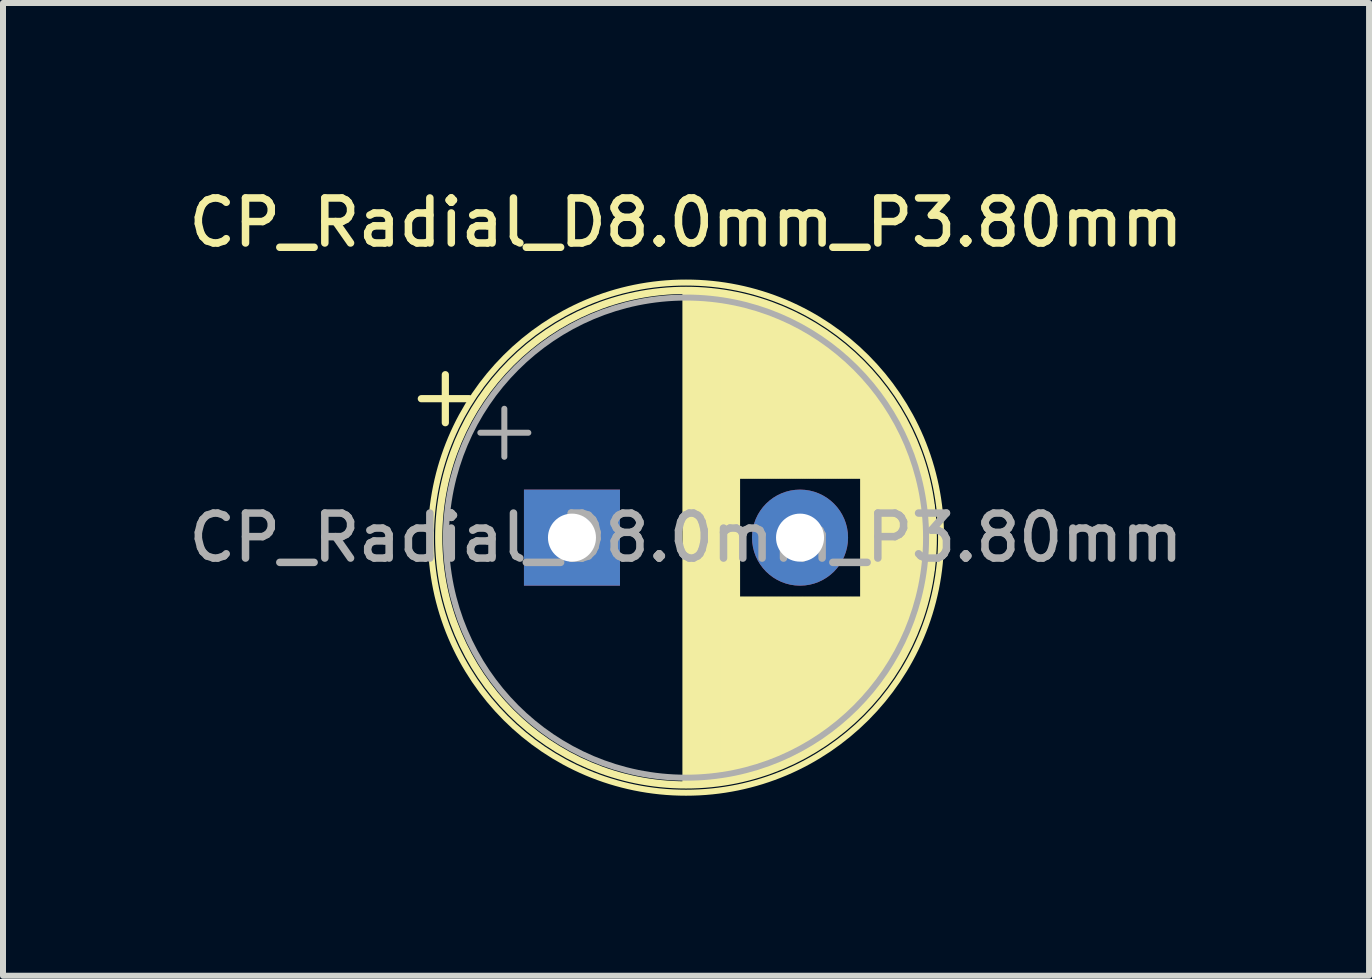
<source format=kicad_pcb>
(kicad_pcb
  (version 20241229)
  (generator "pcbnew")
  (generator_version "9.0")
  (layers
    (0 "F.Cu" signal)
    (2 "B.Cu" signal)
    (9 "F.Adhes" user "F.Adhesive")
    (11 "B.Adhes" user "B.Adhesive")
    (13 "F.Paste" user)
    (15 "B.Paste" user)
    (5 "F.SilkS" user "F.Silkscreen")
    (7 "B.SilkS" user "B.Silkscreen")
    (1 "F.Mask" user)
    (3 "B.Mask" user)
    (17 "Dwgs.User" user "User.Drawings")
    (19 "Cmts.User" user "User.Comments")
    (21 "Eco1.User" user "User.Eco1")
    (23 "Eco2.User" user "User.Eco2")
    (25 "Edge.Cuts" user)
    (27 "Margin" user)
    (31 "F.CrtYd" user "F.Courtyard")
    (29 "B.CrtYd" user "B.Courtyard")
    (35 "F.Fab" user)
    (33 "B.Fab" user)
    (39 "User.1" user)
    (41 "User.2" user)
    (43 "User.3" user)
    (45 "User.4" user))
  (footprint "CP_Radial_D8.0mm_P3.80mm"
    (layer "F.Cu")
    (at 6.48 5.908)
    (property "Reference" "CP_Radial_D8.0mm_P3.80mm" (at 1.9 -5.25 0) (layer "F.SilkS") (effects (font (size 0.75 0.75) (thickness 0.125))))
    (attr through_hole)
    (fp_line (start -2.51 -2.315) (end -1.71 -2.315) (stroke (width 0.12) (type solid)) (layer "F.SilkS"))
    (fp_line (start -2.11 -2.715) (end -2.11 -1.915) (stroke (width 0.12) (type solid)) (layer "F.SilkS"))
    (fp_line (start 1.9 -4.08) (end 1.9 4.08) (stroke (width 0.12) (type solid)) (layer "F.SilkS"))
    (fp_line (start 1.94 -4.08) (end 1.94 4.08) (stroke (width 0.12) (type solid)) (layer "F.SilkS"))
    (fp_line (start 1.98 -4.08) (end 1.98 4.08) (stroke (width 0.12) (type solid)) (layer "F.SilkS"))
    (fp_line (start 2.02 -4.079) (end 2.02 4.079) (stroke (width 0.12) (type solid)) (layer "F.SilkS"))
    (fp_line (start 2.06 -4.077) (end 2.06 4.077) (stroke (width 0.12) (type solid)) (layer "F.SilkS"))
    (fp_line (start 2.1 -4.076) (end 2.1 4.076) (stroke (width 0.12) (type solid)) (layer "F.SilkS"))
    (fp_line (start 2.14 -4.074) (end 2.14 4.074) (stroke (width 0.12) (type solid)) (layer "F.SilkS"))
    (fp_line (start 2.18 -4.071) (end 2.18 4.071) (stroke (width 0.12) (type solid)) (layer "F.SilkS"))
    (fp_line (start 2.22 -4.068) (end 2.22 4.068) (stroke (width 0.12) (type solid)) (layer "F.SilkS"))
    (fp_line (start 2.26 -4.065) (end 2.26 4.065) (stroke (width 0.12) (type solid)) (layer "F.SilkS"))
    (fp_line (start 2.3 -4.061) (end 2.3 4.061) (stroke (width 0.12) (type solid)) (layer "F.SilkS"))
    (fp_line (start 2.34 -4.057) (end 2.34 4.057) (stroke (width 0.12) (type solid)) (layer "F.SilkS"))
    (fp_line (start 2.38 -4.052) (end 2.38 4.052) (stroke (width 0.12) (type solid)) (layer "F.SilkS"))
    (fp_line (start 2.42 -4.048) (end 2.42 4.048) (stroke (width 0.12) (type solid)) (layer "F.SilkS"))
    (fp_line (start 2.46 -4.042) (end 2.46 4.042) (stroke (width 0.12) (type solid)) (layer "F.SilkS"))
    (fp_line (start 2.5 -4.037) (end 2.5 4.037) (stroke (width 0.12) (type solid)) (layer "F.SilkS"))
    (fp_line (start 2.54 -4.03) (end 2.54 4.03) (stroke (width 0.12) (type solid)) (layer "F.SilkS"))
    (fp_line (start 2.58 -4.024) (end 2.58 4.024) (stroke (width 0.12) (type solid)) (layer "F.SilkS"))
    (fp_line (start 2.621 -4.017) (end 2.621 4.017) (stroke (width 0.12) (type solid)) (layer "F.SilkS"))
    (fp_line (start 2.661 -4.01) (end 2.661 4.01) (stroke (width 0.12) (type solid)) (layer "F.SilkS"))
    (fp_line (start 2.701 -4.002) (end 2.701 4.002) (stroke (width 0.12) (type solid)) (layer "F.SilkS"))
    (fp_line (start 2.741 -3.994) (end 2.741 3.994) (stroke (width 0.12) (type solid)) (layer "F.SilkS"))
    (fp_line (start 2.781 -3.985) (end 2.781 -1.04) (stroke (width 0.12) (type solid)) (layer "F.SilkS"))
    (fp_line (start 2.781 1.04) (end 2.781 3.985) (stroke (width 0.12) (type solid)) (layer "F.SilkS"))
    (fp_line (start 2.821 -3.976) (end 2.821 -1.04) (stroke (width 0.12) (type solid)) (layer "F.SilkS"))
    (fp_line (start 2.821 1.04) (end 2.821 3.976) (stroke (width 0.12) (type solid)) (layer "F.SilkS"))
    (fp_line (start 2.861 -3.967) (end 2.861 -1.04) (stroke (width 0.12) (type solid)) (layer "F.SilkS"))
    (fp_line (start 2.861 1.04) (end 2.861 3.967) (stroke (width 0.12) (type solid)) (layer "F.SilkS"))
    (fp_line (start 2.901 -3.957) (end 2.901 -1.04) (stroke (width 0.12) (type solid)) (layer "F.SilkS"))
    (fp_line (start 2.901 1.04) (end 2.901 3.957) (stroke (width 0.12) (type solid)) (layer "F.SilkS"))
    (fp_line (start 2.941 -3.947) (end 2.941 -1.04) (stroke (width 0.12) (type solid)) (layer "F.SilkS"))
    (fp_line (start 2.941 1.04) (end 2.941 3.947) (stroke (width 0.12) (type solid)) (layer "F.SilkS"))
    (fp_line (start 2.981 -3.936) (end 2.981 -1.04) (stroke (width 0.12) (type solid)) (layer "F.SilkS"))
    (fp_line (start 2.981 1.04) (end 2.981 3.936) (stroke (width 0.12) (type solid)) (layer "F.SilkS"))
    (fp_line (start 3.021 -3.925) (end 3.021 -1.04) (stroke (width 0.12) (type solid)) (layer "F.SilkS"))
    (fp_line (start 3.021 1.04) (end 3.021 3.925) (stroke (width 0.12) (type solid)) (layer "F.SilkS"))
    (fp_line (start 3.061 -3.914) (end 3.061 -1.04) (stroke (width 0.12) (type solid)) (layer "F.SilkS"))
    (fp_line (start 3.061 1.04) (end 3.061 3.914) (stroke (width 0.12) (type solid)) (layer "F.SilkS"))
    (fp_line (start 3.101 -3.902) (end 3.101 -1.04) (stroke (width 0.12) (type solid)) (layer "F.SilkS"))
    (fp_line (start 3.101 1.04) (end 3.101 3.902) (stroke (width 0.12) (type solid)) (layer "F.SilkS"))
    (fp_line (start 3.141 -3.889) (end 3.141 -1.04) (stroke (width 0.12) (type solid)) (layer "F.SilkS"))
    (fp_line (start 3.141 1.04) (end 3.141 3.889) (stroke (width 0.12) (type solid)) (layer "F.SilkS"))
    (fp_line (start 3.181 -3.877) (end 3.181 -1.04) (stroke (width 0.12) (type solid)) (layer "F.SilkS"))
    (fp_line (start 3.181 1.04) (end 3.181 3.877) (stroke (width 0.12) (type solid)) (layer "F.SilkS"))
    (fp_line (start 3.221 -3.863) (end 3.221 -1.04) (stroke (width 0.12) (type solid)) (layer "F.SilkS"))
    (fp_line (start 3.221 1.04) (end 3.221 3.863) (stroke (width 0.12) (type solid)) (layer "F.SilkS"))
    (fp_line (start 3.261 -3.85) (end 3.261 -1.04) (stroke (width 0.12) (type solid)) (layer "F.SilkS"))
    (fp_line (start 3.261 1.04) (end 3.261 3.85) (stroke (width 0.12) (type solid)) (layer "F.SilkS"))
    (fp_line (start 3.301 -3.835) (end 3.301 -1.04) (stroke (width 0.12) (type solid)) (layer "F.SilkS"))
    (fp_line (start 3.301 1.04) (end 3.301 3.835) (stroke (width 0.12) (type solid)) (layer "F.SilkS"))
    (fp_line (start 3.341 -3.821) (end 3.341 -1.04) (stroke (width 0.12) (type solid)) (layer "F.SilkS"))
    (fp_line (start 3.341 1.04) (end 3.341 3.821) (stroke (width 0.12) (type solid)) (layer "F.SilkS"))
    (fp_line (start 3.381 -3.805) (end 3.381 -1.04) (stroke (width 0.12) (type solid)) (layer "F.SilkS"))
    (fp_line (start 3.381 1.04) (end 3.381 3.805) (stroke (width 0.12) (type solid)) (layer "F.SilkS"))
    (fp_line (start 3.421 -3.79) (end 3.421 -1.04) (stroke (width 0.12) (type solid)) (layer "F.SilkS"))
    (fp_line (start 3.421 1.04) (end 3.421 3.79) (stroke (width 0.12) (type solid)) (layer "F.SilkS"))
    (fp_line (start 3.461 -3.774) (end 3.461 -1.04) (stroke (width 0.12) (type solid)) (layer "F.SilkS"))
    (fp_line (start 3.461 1.04) (end 3.461 3.774) (stroke (width 0.12) (type solid)) (layer "F.SilkS"))
    (fp_line (start 3.501 -3.757) (end 3.501 -1.04) (stroke (width 0.12) (type solid)) (layer "F.SilkS"))
    (fp_line (start 3.501 1.04) (end 3.501 3.757) (stroke (width 0.12) (type solid)) (layer "F.SilkS"))
    (fp_line (start 3.541 -3.74) (end 3.541 -1.04) (stroke (width 0.12) (type solid)) (layer "F.SilkS"))
    (fp_line (start 3.541 1.04) (end 3.541 3.74) (stroke (width 0.12) (type solid)) (layer "F.SilkS"))
    (fp_line (start 3.581 -3.722) (end 3.581 -1.04) (stroke (width 0.12) (type solid)) (layer "F.SilkS"))
    (fp_line (start 3.581 1.04) (end 3.581 3.722) (stroke (width 0.12) (type solid)) (layer "F.SilkS"))
    (fp_line (start 3.621 -3.704) (end 3.621 -1.04) (stroke (width 0.12) (type solid)) (layer "F.SilkS"))
    (fp_line (start 3.621 1.04) (end 3.621 3.704) (stroke (width 0.12) (type solid)) (layer "F.SilkS"))
    (fp_line (start 3.661 -3.686) (end 3.661 -1.04) (stroke (width 0.12) (type solid)) (layer "F.SilkS"))
    (fp_line (start 3.661 1.04) (end 3.661 3.686) (stroke (width 0.12) (type solid)) (layer "F.SilkS"))
    (fp_line (start 3.701 -3.666) (end 3.701 -1.04) (stroke (width 0.12) (type solid)) (layer "F.SilkS"))
    (fp_line (start 3.701 1.04) (end 3.701 3.666) (stroke (width 0.12) (type solid)) (layer "F.SilkS"))
    (fp_line (start 3.741 -3.647) (end 3.741 -1.04) (stroke (width 0.12) (type solid)) (layer "F.SilkS"))
    (fp_line (start 3.741 1.04) (end 3.741 3.647) (stroke (width 0.12) (type solid)) (layer "F.SilkS"))
    (fp_line (start 3.781 -3.627) (end 3.781 -1.04) (stroke (width 0.12) (type solid)) (layer "F.SilkS"))
    (fp_line (start 3.781 1.04) (end 3.781 3.627) (stroke (width 0.12) (type solid)) (layer "F.SilkS"))
    (fp_line (start 3.821 -3.606) (end 3.821 -1.04) (stroke (width 0.12) (type solid)) (layer "F.SilkS"))
    (fp_line (start 3.821 1.04) (end 3.821 3.606) (stroke (width 0.12) (type solid)) (layer "F.SilkS"))
    (fp_line (start 3.861 -3.584) (end 3.861 -1.04) (stroke (width 0.12) (type solid)) (layer "F.SilkS"))
    (fp_line (start 3.861 1.04) (end 3.861 3.584) (stroke (width 0.12) (type solid)) (layer "F.SilkS"))
    (fp_line (start 3.901 -3.562) (end 3.901 -1.04) (stroke (width 0.12) (type solid)) (layer "F.SilkS"))
    (fp_line (start 3.901 1.04) (end 3.901 3.562) (stroke (width 0.12) (type solid)) (layer "F.SilkS"))
    (fp_line (start 3.941 -3.54) (end 3.941 -1.04) (stroke (width 0.12) (type solid)) (layer "F.SilkS"))
    (fp_line (start 3.941 1.04) (end 3.941 3.54) (stroke (width 0.12) (type solid)) (layer "F.SilkS"))
    (fp_line (start 3.981 -3.517) (end 3.981 -1.04) (stroke (width 0.12) (type solid)) (layer "F.SilkS"))
    (fp_line (start 3.981 1.04) (end 3.981 3.517) (stroke (width 0.12) (type solid)) (layer "F.SilkS"))
    (fp_line (start 4.021 -3.493) (end 4.021 -1.04) (stroke (width 0.12) (type solid)) (layer "F.SilkS"))
    (fp_line (start 4.021 1.04) (end 4.021 3.493) (stroke (width 0.12) (type solid)) (layer "F.SilkS"))
    (fp_line (start 4.061 -3.469) (end 4.061 -1.04) (stroke (width 0.12) (type solid)) (layer "F.SilkS"))
    (fp_line (start 4.061 1.04) (end 4.061 3.469) (stroke (width 0.12) (type solid)) (layer "F.SilkS"))
    (fp_line (start 4.101 -3.444) (end 4.101 -1.04) (stroke (width 0.12) (type solid)) (layer "F.SilkS"))
    (fp_line (start 4.101 1.04) (end 4.101 3.444) (stroke (width 0.12) (type solid)) (layer "F.SilkS"))
    (fp_line (start 4.141 -3.418) (end 4.141 -1.04) (stroke (width 0.12) (type solid)) (layer "F.SilkS"))
    (fp_line (start 4.141 1.04) (end 4.141 3.418) (stroke (width 0.12) (type solid)) (layer "F.SilkS"))
    (fp_line (start 4.181 -3.392) (end 4.181 -1.04) (stroke (width 0.12) (type solid)) (layer "F.SilkS"))
    (fp_line (start 4.181 1.04) (end 4.181 3.392) (stroke (width 0.12) (type solid)) (layer "F.SilkS"))
    (fp_line (start 4.221 -3.365) (end 4.221 -1.04) (stroke (width 0.12) (type solid)) (layer "F.SilkS"))
    (fp_line (start 4.221 1.04) (end 4.221 3.365) (stroke (width 0.12) (type solid)) (layer "F.SilkS"))
    (fp_line (start 4.261 -3.338) (end 4.261 -1.04) (stroke (width 0.12) (type solid)) (layer "F.SilkS"))
    (fp_line (start 4.261 1.04) (end 4.261 3.338) (stroke (width 0.12) (type solid)) (layer "F.SilkS"))
    (fp_line (start 4.301 -3.309) (end 4.301 -1.04) (stroke (width 0.12) (type solid)) (layer "F.SilkS"))
    (fp_line (start 4.301 1.04) (end 4.301 3.309) (stroke (width 0.12) (type solid)) (layer "F.SilkS"))
    (fp_line (start 4.341 -3.28) (end 4.341 -1.04) (stroke (width 0.12) (type solid)) (layer "F.SilkS"))
    (fp_line (start 4.341 1.04) (end 4.341 3.28) (stroke (width 0.12) (type solid)) (layer "F.SilkS"))
    (fp_line (start 4.381 -3.25) (end 4.381 -1.04) (stroke (width 0.12) (type solid)) (layer "F.SilkS"))
    (fp_line (start 4.381 1.04) (end 4.381 3.25) (stroke (width 0.12) (type solid)) (layer "F.SilkS"))
    (fp_line (start 4.421 -3.22) (end 4.421 -1.04) (stroke (width 0.12) (type solid)) (layer "F.SilkS"))
    (fp_line (start 4.421 1.04) (end 4.421 3.22) (stroke (width 0.12) (type solid)) (layer "F.SilkS"))
    (fp_line (start 4.461 -3.189) (end 4.461 -1.04) (stroke (width 0.12) (type solid)) (layer "F.SilkS"))
    (fp_line (start 4.461 1.04) (end 4.461 3.189) (stroke (width 0.12) (type solid)) (layer "F.SilkS"))
    (fp_line (start 4.501 -3.156) (end 4.501 -1.04) (stroke (width 0.12) (type solid)) (layer "F.SilkS"))
    (fp_line (start 4.501 1.04) (end 4.501 3.156) (stroke (width 0.12) (type solid)) (layer "F.SilkS"))
    (fp_line (start 4.541 -3.124) (end 4.541 -1.04) (stroke (width 0.12) (type solid)) (layer "F.SilkS"))
    (fp_line (start 4.541 1.04) (end 4.541 3.124) (stroke (width 0.12) (type solid)) (layer "F.SilkS"))
    (fp_line (start 4.581 -3.09) (end 4.581 -1.04) (stroke (width 0.12) (type solid)) (layer "F.SilkS"))
    (fp_line (start 4.581 1.04) (end 4.581 3.09) (stroke (width 0.12) (type solid)) (layer "F.SilkS"))
    (fp_line (start 4.621 -3.055) (end 4.621 -1.04) (stroke (width 0.12) (type solid)) (layer "F.SilkS"))
    (fp_line (start 4.621 1.04) (end 4.621 3.055) (stroke (width 0.12) (type solid)) (layer "F.SilkS"))
    (fp_line (start 4.661 -3.019) (end 4.661 -1.04) (stroke (width 0.12) (type solid)) (layer "F.SilkS"))
    (fp_line (start 4.661 1.04) (end 4.661 3.019) (stroke (width 0.12) (type solid)) (layer "F.SilkS"))
    (fp_line (start 4.701 -2.983) (end 4.701 -1.04) (stroke (width 0.12) (type solid)) (layer "F.SilkS"))
    (fp_line (start 4.701 1.04) (end 4.701 2.983) (stroke (width 0.12) (type solid)) (layer "F.SilkS"))
    (fp_line (start 4.741 -2.945) (end 4.741 -1.04) (stroke (width 0.12) (type solid)) (layer "F.SilkS"))
    (fp_line (start 4.741 1.04) (end 4.741 2.945) (stroke (width 0.12) (type solid)) (layer "F.SilkS"))
    (fp_line (start 4.781 -2.907) (end 4.781 -1.04) (stroke (width 0.12) (type solid)) (layer "F.SilkS"))
    (fp_line (start 4.781 1.04) (end 4.781 2.907) (stroke (width 0.12) (type solid)) (layer "F.SilkS"))
    (fp_line (start 4.821 -2.867) (end 4.821 -1.04) (stroke (width 0.12) (type solid)) (layer "F.SilkS"))
    (fp_line (start 4.821 1.04) (end 4.821 2.867) (stroke (width 0.12) (type solid)) (layer "F.SilkS"))
    (fp_line (start 4.861 -2.826) (end 4.861 2.826) (stroke (width 0.12) (type solid)) (layer "F.SilkS"))
    (fp_line (start 4.901 -2.784) (end 4.901 2.784) (stroke (width 0.12) (type solid)) (layer "F.SilkS"))
    (fp_line (start 4.941 -2.741) (end 4.941 2.741) (stroke (width 0.12) (type solid)) (layer "F.SilkS"))
    (fp_line (start 4.981 -2.697) (end 4.981 2.697) (stroke (width 0.12) (type solid)) (layer "F.SilkS"))
    (fp_line (start 5.021 -2.651) (end 5.021 2.651) (stroke (width 0.12) (type solid)) (layer "F.SilkS"))
    (fp_line (start 5.061 -2.604) (end 5.061 2.604) (stroke (width 0.12) (type solid)) (layer "F.SilkS"))
    (fp_line (start 5.101 -2.556) (end 5.101 2.556) (stroke (width 0.12) (type solid)) (layer "F.SilkS"))
    (fp_line (start 5.141 -2.505) (end 5.141 2.505) (stroke (width 0.12) (type solid)) (layer "F.SilkS"))
    (fp_line (start 5.181 -2.454) (end 5.181 2.454) (stroke (width 0.12) (type solid)) (layer "F.SilkS"))
    (fp_line (start 5.221 -2.4) (end 5.221 2.4) (stroke (width 0.12) (type solid)) (layer "F.SilkS"))
    (fp_line (start 5.261 -2.345) (end 5.261 2.345) (stroke (width 0.12) (type solid)) (layer "F.SilkS"))
    (fp_line (start 5.301 -2.287) (end 5.301 2.287) (stroke (width 0.12) (type solid)) (layer "F.SilkS"))
    (fp_line (start 5.341 -2.228) (end 5.341 2.228) (stroke (width 0.12) (type solid)) (layer "F.SilkS"))
    (fp_line (start 5.381 -2.166) (end 5.381 2.166) (stroke (width 0.12) (type solid)) (layer "F.SilkS"))
    (fp_line (start 5.421 -2.102) (end 5.421 2.102) (stroke (width 0.12) (type solid)) (layer "F.SilkS"))
    (fp_line (start 5.461 -2.034) (end 5.461 2.034) (stroke (width 0.12) (type solid)) (layer "F.SilkS"))
    (fp_line (start 5.501 -1.964) (end 5.501 1.964) (stroke (width 0.12) (type solid)) (layer "F.SilkS"))
    (fp_line (start 5.541 -1.89) (end 5.541 1.89) (stroke (width 0.12) (type solid)) (layer "F.SilkS"))
    (fp_line (start 5.581 -1.813) (end 5.581 1.813) (stroke (width 0.12) (type solid)) (layer "F.SilkS"))
    (fp_line (start 5.621 -1.731) (end 5.621 1.731) (stroke (width 0.12) (type solid)) (layer "F.SilkS"))
    (fp_line (start 5.661 -1.645) (end 5.661 1.645) (stroke (width 0.12) (type solid)) (layer "F.SilkS"))
    (fp_line (start 5.701 -1.552) (end 5.701 1.552) (stroke (width 0.12) (type solid)) (layer "F.SilkS"))
    (fp_line (start 5.741 -1.453) (end 5.741 1.453) (stroke (width 0.12) (type solid)) (layer "F.SilkS"))
    (fp_line (start 5.781 -1.346) (end 5.781 1.346) (stroke (width 0.12) (type solid)) (layer "F.SilkS"))
    (fp_line (start 5.821 -1.229) (end 5.821 1.229) (stroke (width 0.12) (type solid)) (layer "F.SilkS"))
    (fp_line (start 5.861 -1.098) (end 5.861 1.098) (stroke (width 0.12) (type solid)) (layer "F.SilkS"))
    (fp_line (start 5.901 -0.948) (end 5.901 0.948) (stroke (width 0.12) (type solid)) (layer "F.SilkS"))
    (fp_line (start 5.941 -0.768) (end 5.941 0.768) (stroke (width 0.12) (type solid)) (layer "F.SilkS"))
    (fp_line (start 5.981 -0.533) (end 5.981 0.533) (stroke (width 0.12) (type solid)) (layer "F.SilkS"))
    (fp_circle (center 1.9 0) (end 6.02 0) (stroke (width 0.12) (type solid)) (fill no) (layer "F.SilkS"))
    (fp_circle (center 1.9 0) (end 6.15 0) (stroke (width 0.1) (type solid)) (fill no) (layer "F.SilkS"))
    (fp_line (start -1.527 -1.748) (end -0.727 -1.748) (stroke (width 0.1) (type solid)) (layer "F.Fab"))
    (fp_line (start -1.127 -2.147) (end -1.127 -1.347) (stroke (width 0.1) (type solid)) (layer "F.Fab"))
    (fp_circle (center 1.9 0) (end 5.9 0) (stroke (width 0.1) (type solid)) (fill no) (layer "F.Fab"))
    (fp_text user "${REFERENCE}" (at 1.9 0 0) (layer "F.Fab") (effects (font (size 0.75 0.75) (thickness 0.125))))
    (pad "1" thru_hole rect (at 0 0) (size 1.6 1.6) (drill 0.8) (layers "*.Cu" "*.Mask"))
    (pad "2" thru_hole circle (at 3.8 0) (size 1.6 1.6) (drill 0.8) (layers "*.Cu" "*.Mask")))
  (gr_rect
    (start -3 -3)
    (end 19.761 13.208)
    (stroke (width 0.1) (type default))
    (fill no)
    (layer "Edge.Cuts")))
</source>
